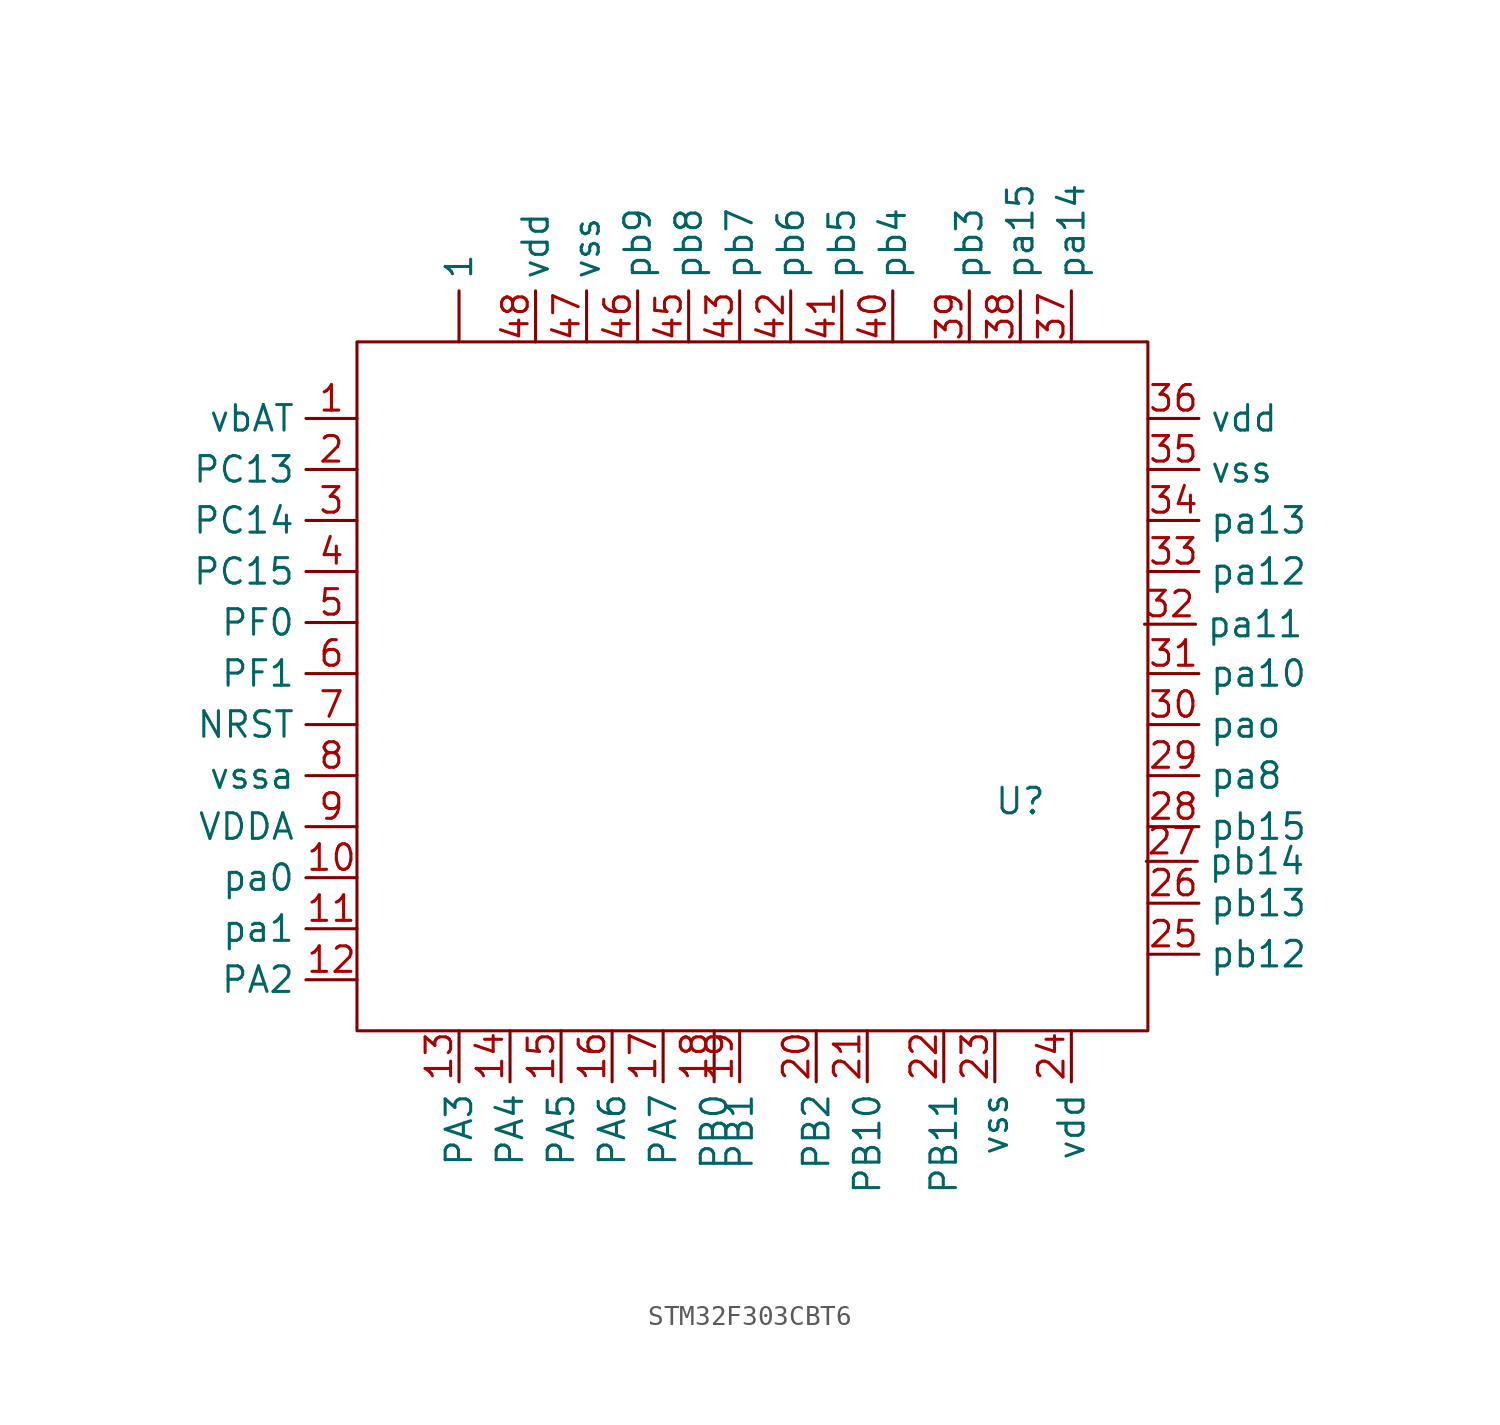
<source format=kicad_sym>
(kicad_symbol_lib
  (version 20220914)
  (generator kicad_symbol_editor)
  (symbol "STM32F303CBT6"
    (property "Reference" "U"
      (at 0 5.08 0)
      (effects (font (size 1.27 1.27))))
    (property "Value" ""
      (at 0 0 0)
      (effects (font (size 1.27 1.27))))
    (symbol "STM32F303CBT6_0_1"
      (rectangle (start -33.02 27.94) (end 6.35 -6.35) (stroke (width 0) (type default)) (fill (type none))))
    (symbol "STM32F303CBT6_1_1"
      (pin input line (at -27.94 27.94 90) (length 2.54) (name "1" (effects (font (size 1.27 1.27)))) (number "" (effects (font (size 1.27 1.27)))))
      (pin output line (at -33.02 24.13 180) (length 2.54) (name "vbAT" (effects (font (size 1.27 1.27)))) (number "1" (effects (font (size 1.27 1.27)))))
      (pin bidirectional line (at -33.02 1.27 180) (length 2.54) (name "pa0" (effects (font (size 1.27 1.27)))) (number "10" (effects (font (size 1.27 1.27)))))
      (pin bidirectional line (at -33.02 -1.27 180) (length 2.54) (name "pa1" (effects (font (size 1.27 1.27)))) (number "11" (effects (font (size 1.27 1.27)))))
      (pin bidirectional line (at -33.02 -3.81 180) (length 2.54) (name "PA2" (effects (font (size 1.27 1.27)))) (number "12" (effects (font (size 1.27 1.27)))))
      (pin bidirectional line (at -27.94 -6.35 270) (length 2.54) (name "PA3" (effects (font (size 1.27 1.27)))) (number "13" (effects (font (size 1.27 1.27)))))
      (pin bidirectional line (at -25.4 -6.35 270) (length 2.54) (name "PA4" (effects (font (size 1.27 1.27)))) (number "14" (effects (font (size 1.27 1.27)))))
      (pin bidirectional line (at -22.86 -6.35 270) (length 2.54) (name "PA5" (effects (font (size 1.27 1.27)))) (number "15" (effects (font (size 1.27 1.27)))))
      (pin bidirectional line (at -20.32 -6.35 270) (length 2.54) (name "PA6" (effects (font (size 1.27 1.27)))) (number "16" (effects (font (size 1.27 1.27)))))
      (pin bidirectional line (at -17.78 -6.35 270) (length 2.54) (name "PA7" (effects (font (size 1.27 1.27)))) (number "17" (effects (font (size 1.27 1.27)))))
      (pin bidirectional line (at -15.24 -6.35 270) (length 2.54) (name "PB0" (effects (font (size 1.27 1.27)))) (number "18" (effects (font (size 1.27 1.27)))))
      (pin bidirectional line (at -13.97 -6.35 270) (length 2.54) (name "PB1" (effects (font (size 1.27 1.27)))) (number "19" (effects (font (size 1.27 1.27)))))
      (pin bidirectional line (at -33.02 21.59 180) (length 2.54) (name "PC13" (effects (font (size 1.27 1.27)))) (number "2" (effects (font (size 1.27 1.27)))))
      (pin bidirectional line (at -10.16 -6.35 270) (length 2.54) (name "PB2" (effects (font (size 1.27 1.27)))) (number "20" (effects (font (size 1.27 1.27)))))
      (pin bidirectional line (at -7.62 -6.35 270) (length 2.54) (name "PB10" (effects (font (size 1.27 1.27)))) (number "21" (effects (font (size 1.27 1.27)))))
      (pin bidirectional line (at -3.81 -6.35 270) (length 2.54) (name "PB11" (effects (font (size 1.27 1.27)))) (number "22" (effects (font (size 1.27 1.27)))))
      (pin output line (at -1.27 -6.35 270) (length 2.54) (name "vss" (effects (font (size 1.27 1.27)))) (number "23" (effects (font (size 1.27 1.27)))))
      (pin output line (at 2.54 -6.35 270) (length 2.54) (name "vdd" (effects (font (size 1.27 1.27)))) (number "24" (effects (font (size 1.27 1.27)))))
      (pin bidirectional line (at 6.35 -2.54 0) (length 2.54) (name "pb12" (effects (font (size 1.27 1.27)))) (number "25" (effects (font (size 1.27 1.27)))))
      (pin bidirectional line (at 6.35 0 0) (length 2.54) (name "pb13" (effects (font (size 1.27 1.27)))) (number "26" (effects (font (size 1.27 1.27)))))
      (pin bidirectional line (at 6.271 2.085 0) (length 2.54) (name "pb14" (effects (font (size 1.27 1.27)))) (number "27" (effects (font (size 1.27 1.27)))))
      (pin bidirectional line (at 6.35 3.81 0) (length 2.54) (name "pb15" (effects (font (size 1.27 1.27)))) (number "28" (effects (font (size 1.27 1.27)))))
      (pin bidirectional line (at 6.35 6.35 0) (length 2.54) (name "pa8" (effects (font (size 1.27 1.27)))) (number "29" (effects (font (size 1.27 1.27)))))
      (pin bidirectional line (at -33.02 19.05 180) (length 2.54) (name "PC14" (effects (font (size 1.27 1.27)))) (number "3" (effects (font (size 1.27 1.27)))))
      (pin bidirectional line (at 6.35 8.89 0) (length 2.54) (name "pao" (effects (font (size 1.27 1.27)))) (number "30" (effects (font (size 1.27 1.27)))))
      (pin bidirectional line (at 6.35 11.43 0) (length 2.54) (name "pa10" (effects (font (size 1.27 1.27)))) (number "31" (effects (font (size 1.27 1.27)))))
      (pin bidirectional line (at 6.181 13.889 0) (length 2.54) (name "pa11" (effects (font (size 1.27 1.27)))) (number "32" (effects (font (size 1.27 1.27)))))
      (pin bidirectional line (at 6.35 16.51 0) (length 2.54) (name "pa12" (effects (font (size 1.27 1.27)))) (number "33" (effects (font (size 1.27 1.27)))))
      (pin bidirectional line (at 6.35 19.05 0) (length 2.54) (name "pa13" (effects (font (size 1.27 1.27)))) (number "34" (effects (font (size 1.27 1.27)))))
      (pin output line (at 6.35 21.59 0) (length 2.54) (name "vss" (effects (font (size 1.27 1.27)))) (number "35" (effects (font (size 1.27 1.27)))))
      (pin output line (at 6.35 24.13 0) (length 2.54) (name "vdd" (effects (font (size 1.27 1.27)))) (number "36" (effects (font (size 1.27 1.27)))))
      (pin bidirectional line (at 2.54 27.94 90) (length 2.54) (name "pa14" (effects (font (size 1.27 1.27)))) (number "37" (effects (font (size 1.27 1.27)))))
      (pin bidirectional line (at 0 27.94 90) (length 2.54) (name "pa15" (effects (font (size 1.27 1.27)))) (number "38" (effects (font (size 1.27 1.27)))))
      (pin bidirectional line (at -2.54 27.94 90) (length 2.54) (name "pb3" (effects (font (size 1.27 1.27)))) (number "39" (effects (font (size 1.27 1.27)))))
      (pin bidirectional line (at -33.02 16.51 180) (length 2.54) (name "PC15" (effects (font (size 1.27 1.27)))) (number "4" (effects (font (size 1.27 1.27)))))
      (pin bidirectional line (at -6.35 27.94 90) (length 2.54) (name "pb4" (effects (font (size 1.27 1.27)))) (number "40" (effects (font (size 1.27 1.27)))))
      (pin bidirectional line (at -8.89 27.94 90) (length 2.54) (name "pb5" (effects (font (size 1.27 1.27)))) (number "41" (effects (font (size 1.27 1.27)))))
      (pin bidirectional line (at -11.43 27.94 90) (length 2.54) (name "pb6" (effects (font (size 1.27 1.27)))) (number "42" (effects (font (size 1.27 1.27)))))
      (pin bidirectional line (at -13.97 27.94 90) (length 2.54) (name "pb7" (effects (font (size 1.27 1.27)))) (number "43" (effects (font (size 1.27 1.27)))))
      (pin bidirectional line (at -16.51 27.94 90) (length 2.54) (name "pb8" (effects (font (size 1.27 1.27)))) (number "45" (effects (font (size 1.27 1.27)))))
      (pin bidirectional line (at -19.05 27.94 90) (length 2.54) (name "pb9" (effects (font (size 1.27 1.27)))) (number "46" (effects (font (size 1.27 1.27)))))
      (pin output line (at -21.59 27.94 90) (length 2.54) (name "vss" (effects (font (size 1.27 1.27)))) (number "47" (effects (font (size 1.27 1.27)))))
      (pin output line (at -24.13 27.94 90) (length 2.54) (name "vdd" (effects (font (size 1.27 1.27)))) (number "48" (effects (font (size 1.27 1.27)))))
      (pin bidirectional line (at -33.02 13.97 180) (length 2.54) (name "PF0" (effects (font (size 1.27 1.27)))) (number "5" (effects (font (size 1.27 1.27)))))
      (pin bidirectional line (at -33.02 11.43 180) (length 2.54) (name "PF1" (effects (font (size 1.27 1.27)))) (number "6" (effects (font (size 1.27 1.27)))))
      (pin bidirectional line (at -33.02 8.89 180) (length 2.54) (name "NRST" (effects (font (size 1.27 1.27)))) (number "7" (effects (font (size 1.27 1.27)))))
      (pin output line (at -33.02 6.35 180) (length 2.54) (name "vssa" (effects (font (size 1.27 1.27)))) (number "8" (effects (font (size 1.27 1.27)))))
      (pin output line (at -33.02 3.81 180) (length 2.54) (name "VDDA" (effects (font (size 1.27 1.27)))) (number "9" (effects (font (size 1.27 1.27))))))))
</source>
